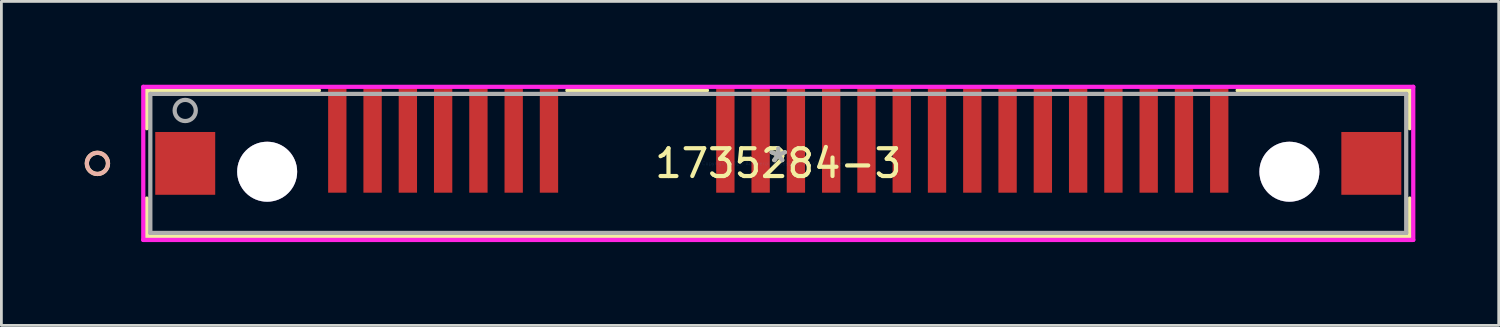
<source format=kicad_pcb>
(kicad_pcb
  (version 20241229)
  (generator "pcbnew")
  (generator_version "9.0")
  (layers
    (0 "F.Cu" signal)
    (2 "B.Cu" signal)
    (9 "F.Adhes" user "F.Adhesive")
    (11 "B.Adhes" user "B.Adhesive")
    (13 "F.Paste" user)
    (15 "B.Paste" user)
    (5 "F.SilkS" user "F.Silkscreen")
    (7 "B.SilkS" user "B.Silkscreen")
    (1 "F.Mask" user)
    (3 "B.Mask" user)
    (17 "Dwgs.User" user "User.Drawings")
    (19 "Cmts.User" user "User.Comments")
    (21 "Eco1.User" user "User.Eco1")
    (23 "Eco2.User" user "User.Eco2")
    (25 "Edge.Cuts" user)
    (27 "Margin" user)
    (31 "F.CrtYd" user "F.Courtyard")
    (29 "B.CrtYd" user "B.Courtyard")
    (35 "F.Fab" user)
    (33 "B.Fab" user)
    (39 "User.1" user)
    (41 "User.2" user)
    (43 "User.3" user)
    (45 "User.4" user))
  (footprint "1735284-3"
    (layer "F.Cu")
    (at 24.968 2.832)
    (property "Reference" "1735284-3" (at 0 0 0) (layer "F.SilkS") (effects (font (size 1 1) (thickness 0.15))))
    (attr through_hole)
    (fp_line (start -22.733 -2.629) (end -22.733 -1.267) (stroke (width 0.152) (type solid)) (layer "F.SilkS"))
    (fp_line (start -22.733 1.267) (end -22.733 2.629) (stroke (width 0.152) (type solid)) (layer "F.SilkS"))
    (fp_line (start -22.733 2.629) (end 22.733 2.629) (stroke (width 0.152) (type solid)) (layer "F.SilkS"))
    (fp_line (start -16.538 -2.629) (end -22.733 -2.629) (stroke (width 0.152) (type solid)) (layer "F.SilkS"))
    (fp_line (start -2.568 -2.629) (end -7.592 -2.629) (stroke (width 0.152) (type solid)) (layer "F.SilkS"))
    (fp_line (start 22.733 -2.629) (end 16.538 -2.629) (stroke (width 0.152) (type solid)) (layer "F.SilkS"))
    (fp_line (start 22.733 -1.267) (end 22.733 -2.629) (stroke (width 0.152) (type solid)) (layer "F.SilkS"))
    (fp_line (start 22.733 2.629) (end 22.733 1.267) (stroke (width 0.152) (type solid)) (layer "F.SilkS"))
    (fp_circle (center -24.511 0) (end -24.13 0) (stroke (width 0.152) (type solid)) (fill no) (layer "F.SilkS"))
    (fp_circle (center -24.511 0) (end -24.13 0) (stroke (width 0.152) (type solid)) (fill no) (layer "B.SilkS"))
    (fp_line (start -22.86 -2.756) (end -22.86 2.756) (stroke (width 0.152) (type solid)) (layer "F.CrtYd"))
    (fp_line (start -22.86 2.756) (end 22.86 2.756) (stroke (width 0.152) (type solid)) (layer "F.CrtYd"))
    (fp_line (start 22.86 -2.756) (end -22.86 -2.756) (stroke (width 0.152) (type solid)) (layer "F.CrtYd"))
    (fp_line (start 22.86 2.756) (end 22.86 -2.756) (stroke (width 0.152) (type solid)) (layer "F.CrtYd"))
    (fp_line (start -22.606 -2.502) (end -22.606 2.502) (stroke (width 0.152) (type solid)) (layer "F.Fab"))
    (fp_line (start -22.606 2.502) (end 22.606 2.502) (stroke (width 0.152) (type solid)) (layer "F.Fab"))
    (fp_line (start 22.606 -2.502) (end -22.606 -2.502) (stroke (width 0.152) (type solid)) (layer "F.Fab"))
    (fp_line (start 22.606 2.502) (end 22.606 -2.502) (stroke (width 0.152) (type solid)) (layer "F.Fab"))
    (fp_circle (center -21.35 -1.905) (end -20.969 -1.905) (stroke (width 0.152) (type solid)) (fill no) (layer "F.Fab"))
    (fp_text user "*" (at 0 0 0) (layer "F.SilkS") (effects (font (size 1 1) (thickness 0.15))))
    (fp_text user "Copyright 2016 Accelerated Designs. All rights reserved." (at 0 0 0) (layer "Cmts.User") (effects (font (size 0.127 0.127) (thickness 0.002))))
    (fp_text user "*" (at 0 0 0) (layer "F.Fab") (effects (font (size 1 1) (thickness 0.15))))
    (pad "1" smd rect (at -15.875 -0.85 90) (size 3.81 0.66) (layers "F.Cu" "F.Mask" "F.Paste"))
    (pad "2" smd rect (at -14.605 -0.85 90) (size 3.81 0.66) (layers "F.Cu" "F.Mask" "F.Paste"))
    (pad "3" smd rect (at -13.335 -0.85 90) (size 3.81 0.66) (layers "F.Cu" "F.Mask" "F.Paste"))
    (pad "4" smd rect (at -12.065 -0.85 90) (size 3.81 0.66) (layers "F.Cu" "F.Mask" "F.Paste"))
    (pad "5" smd rect (at -10.795 -0.85 90) (size 3.81 0.66) (layers "F.Cu" "F.Mask" "F.Paste"))
    (pad "6" smd rect (at -9.525 -0.85 90) (size 3.81 0.66) (layers "F.Cu" "F.Mask" "F.Paste"))
    (pad "7" smd rect (at -8.255 -0.85 90) (size 3.81 0.66) (layers "F.Cu" "F.Mask" "F.Paste"))
    (pad "8" smd rect (at -1.905 -0.85 90) (size 3.81 0.66) (layers "F.Cu" "F.Mask" "F.Paste"))
    (pad "9" smd rect (at -0.635 -0.85 90) (size 3.81 0.66) (layers "F.Cu" "F.Mask" "F.Paste"))
    (pad "10" smd rect (at 0.635 -0.85 90) (size 3.81 0.66) (layers "F.Cu" "F.Mask" "F.Paste"))
    (pad "11" smd rect (at 1.905 -0.85 90) (size 3.81 0.66) (layers "F.Cu" "F.Mask" "F.Paste"))
    (pad "12" smd rect (at 3.175 -0.85 90) (size 3.81 0.66) (layers "F.Cu" "F.Mask" "F.Paste"))
    (pad "13" smd rect (at 4.445 -0.85 90) (size 3.81 0.66) (layers "F.Cu" "F.Mask" "F.Paste"))
    (pad "14" smd rect (at 5.715 -0.85 90) (size 3.81 0.66) (layers "F.Cu" "F.Mask" "F.Paste"))
    (pad "15" smd rect (at 6.985 -0.85 90) (size 3.81 0.66) (layers "F.Cu" "F.Mask" "F.Paste"))
    (pad "16" smd rect (at 8.255 -0.85 90) (size 3.81 0.66) (layers "F.Cu" "F.Mask" "F.Paste"))
    (pad "17" smd rect (at 9.525 -0.85 90) (size 3.81 0.66) (layers "F.Cu" "F.Mask" "F.Paste"))
    (pad "18" smd rect (at 10.795 -0.85 90) (size 3.81 0.66) (layers "F.Cu" "F.Mask" "F.Paste"))
    (pad "19" smd rect (at 12.065 -0.85 90) (size 3.81 0.66) (layers "F.Cu" "F.Mask" "F.Paste"))
    (pad "20" smd rect (at 13.335 -0.85 90) (size 3.81 0.66) (layers "F.Cu" "F.Mask" "F.Paste"))
    (pad "21" smd rect (at 14.605 -0.85 90) (size 3.81 0.66) (layers "F.Cu" "F.Mask" "F.Paste"))
    (pad "22" smd rect (at 15.875 -0.85 90) (size 3.81 0.66) (layers "F.Cu" "F.Mask" "F.Paste"))
    (pad "23" smd rect (at -21.35 0) (size 2.159 2.261) (layers "F.Cu" "F.Mask" "F.Paste"))
    (pad "24" smd rect (at 21.35 0) (size 2.159 2.261) (layers "F.Cu" "F.Mask" "F.Paste"))
    (pad "25" thru_hole circle (at -18.4 0.3 90) (size 2.159 2.159) (drill 2.159) (layers "*.Cu" "*.Mask"))
    (pad "26" thru_hole circle (at 18.4 0.3 90) (size 2.159 2.159) (drill 2.159) (layers "*.Cu" "*.Mask")))
  (gr_rect
    (start -3 -3)
    (end 50.904 8.664)
    (stroke (width 0.1) (type default))
    (fill no)
    (layer "Edge.Cuts")))
</source>
